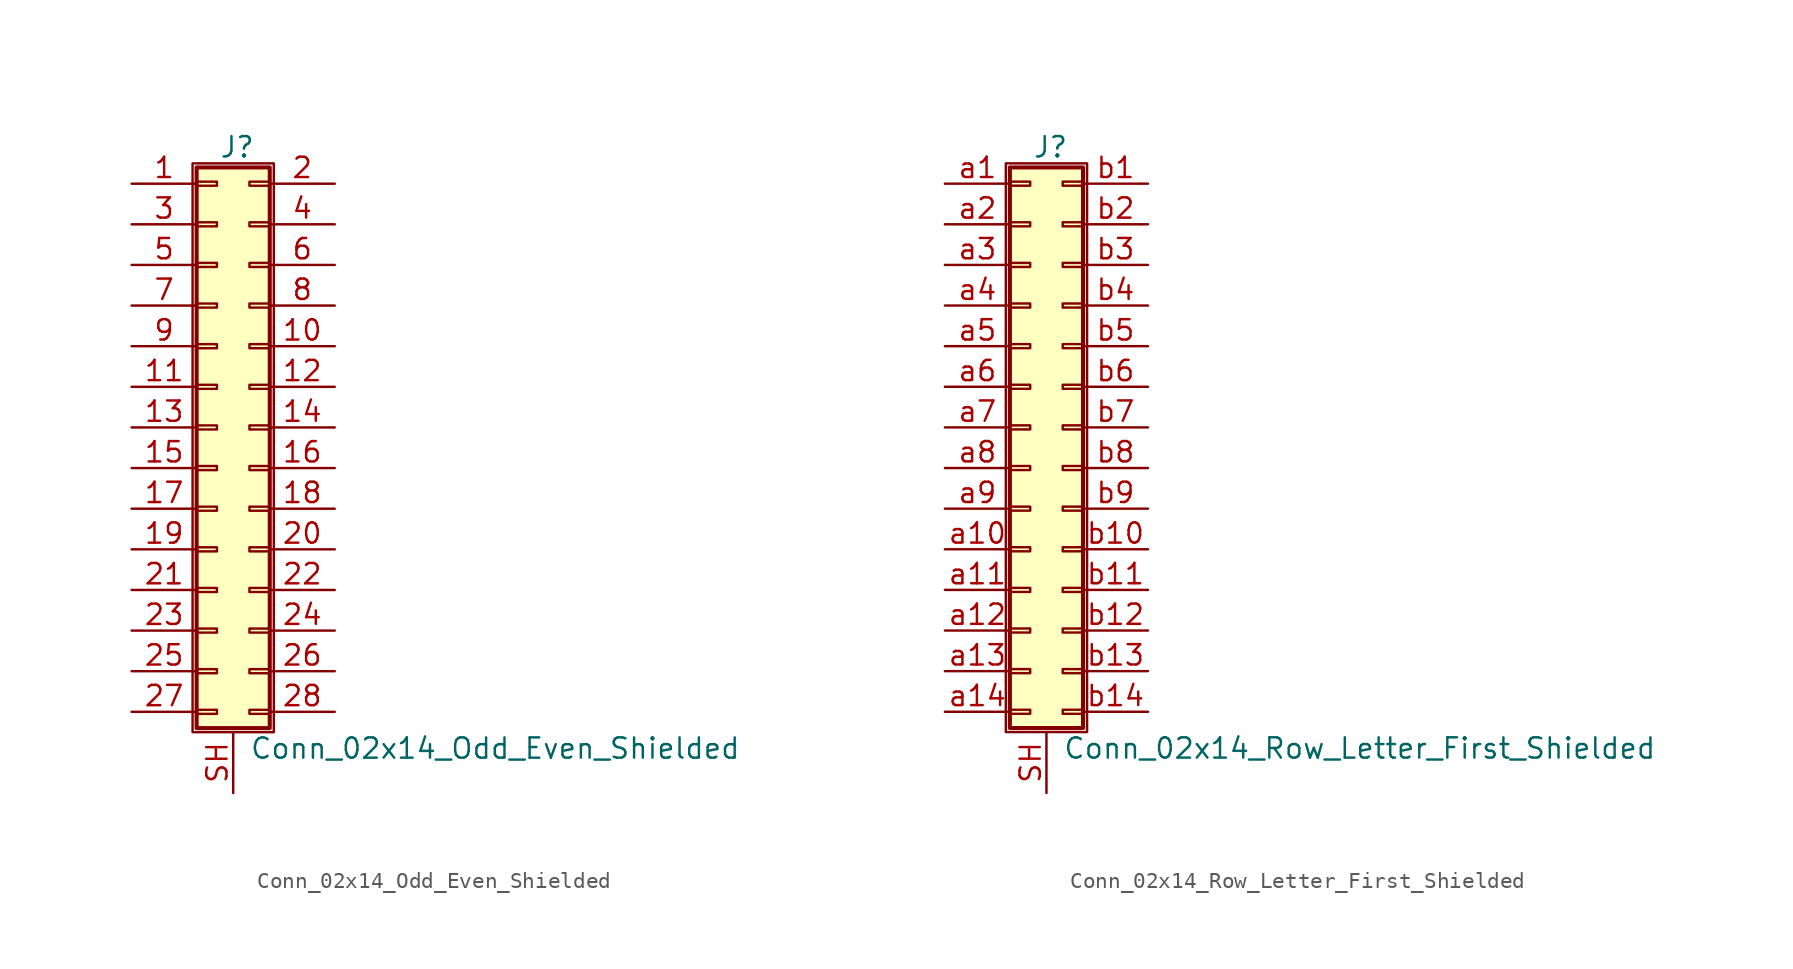
<source format=kicad_sym>
(kicad_symbol_lib
  (version 20201005)
  (generator kicad_symbol_editor)
  (symbol "Connector_Generic_Shielded:Conn_02x14_Odd_Even_Shielded"
    (pin_names
      (offset 1.016) hide)
    (property "Reference" "J"
      (at 1.524 17.526 0)
      (effects (font (size 1.27 1.27))))
    (property "Value" "Conn_02x14_Odd_Even_Shielded"
      (at 2.286 -20.066 0)
      (effects (font (size 1.27 1.27)) (justify left)))
    (symbol "Conn_02x14_Odd_Even_Shielded_1_1"
      (rectangle (start -1.016 -4.953) (end 0.254 -5.207) (stroke (width 0.152)) (fill (type none)))
      (rectangle (start -1.016 -7.493) (end 0.254 -7.747) (stroke (width 0.152)) (fill (type none)))
      (rectangle (start -1.016 -10.033) (end 0.254 -10.287) (stroke (width 0.152)) (fill (type none)))
      (rectangle (start -1.016 -12.573) (end 0.254 -12.827) (stroke (width 0.152)) (fill (type none)))
      (rectangle (start -1.016 -15.113) (end 0.254 -15.367) (stroke (width 0.152)) (fill (type none)))
      (rectangle (start -1.016 -17.653) (end 0.254 -17.907) (stroke (width 0.152)) (fill (type none)))
      (rectangle (start -1.016 -2.413) (end 0.254 -2.667) (stroke (width 0.152)) (fill (type none)))
      (rectangle (start -1.016 2.667) (end 0.254 2.413) (stroke (width 0.152)) (fill (type none)))
      (rectangle (start -1.016 5.207) (end 0.254 4.953) (stroke (width 0.152)) (fill (type none)))
      (rectangle (start -1.016 7.747) (end 0.254 7.493) (stroke (width 0.152)) (fill (type none)))
      (rectangle (start -1.016 10.287) (end 0.254 10.033) (stroke (width 0.152)) (fill (type none)))
      (rectangle (start -1.016 0.127) (end 0.254 -0.127) (stroke (width 0.152)) (fill (type none)))
      (rectangle (start -1.016 12.827) (end 0.254 12.573) (stroke (width 0.152)) (fill (type none)))
      (rectangle (start -1.016 15.367) (end 0.254 15.113) (stroke (width 0.152)) (fill (type none)))
      (rectangle (start -1.016 16.256) (end 3.556 -18.796) (stroke (width 0.254)) (fill (type background)))
      (rectangle (start -1.27 16.51) (end 3.81 -19.05) (stroke (width 0.152)) (fill (type none)))
      (rectangle (start 3.556 -4.953) (end 2.286 -5.207) (stroke (width 0.152)) (fill (type none)))
      (rectangle (start 3.556 -7.493) (end 2.286 -7.747) (stroke (width 0.152)) (fill (type none)))
      (rectangle (start 3.556 -10.033) (end 2.286 -10.287) (stroke (width 0.152)) (fill (type none)))
      (rectangle (start 3.556 -12.573) (end 2.286 -12.827) (stroke (width 0.152)) (fill (type none)))
      (rectangle (start 3.556 -15.113) (end 2.286 -15.367) (stroke (width 0.152)) (fill (type none)))
      (rectangle (start 3.556 -17.653) (end 2.286 -17.907) (stroke (width 0.152)) (fill (type none)))
      (rectangle (start 3.556 -2.413) (end 2.286 -2.667) (stroke (width 0.152)) (fill (type none)))
      (rectangle (start 3.556 2.667) (end 2.286 2.413) (stroke (width 0.152)) (fill (type none)))
      (rectangle (start 3.556 5.207) (end 2.286 4.953) (stroke (width 0.152)) (fill (type none)))
      (rectangle (start 3.556 7.747) (end 2.286 7.493) (stroke (width 0.152)) (fill (type none)))
      (rectangle (start 3.556 10.287) (end 2.286 10.033) (stroke (width 0.152)) (fill (type none)))
      (rectangle (start 3.556 0.127) (end 2.286 -0.127) (stroke (width 0.152)) (fill (type none)))
      (rectangle (start 3.556 12.827) (end 2.286 12.573) (stroke (width 0.152)) (fill (type none)))
      (rectangle (start 3.556 15.367) (end 2.286 15.113) (stroke (width 0.152)) (fill (type none)))
      (pin passive line (at -5.08 15.24 0) (length 4.064) (name "Pin_1" (effects (font (size 1.27 1.27)))) (number "1" (effects (font (size 1.27 1.27)))))
      (pin passive line (at 7.62 5.08 180) (length 4.064) (name "Pin_10" (effects (font (size 1.27 1.27)))) (number "10" (effects (font (size 1.27 1.27)))))
      (pin passive line (at -5.08 2.54 0) (length 4.064) (name "Pin_11" (effects (font (size 1.27 1.27)))) (number "11" (effects (font (size 1.27 1.27)))))
      (pin passive line (at 7.62 2.54 180) (length 4.064) (name "Pin_12" (effects (font (size 1.27 1.27)))) (number "12" (effects (font (size 1.27 1.27)))))
      (pin passive line (at -5.08 0 0) (length 4.064) (name "Pin_13" (effects (font (size 1.27 1.27)))) (number "13" (effects (font (size 1.27 1.27)))))
      (pin passive line (at 7.62 0 180) (length 4.064) (name "Pin_14" (effects (font (size 1.27 1.27)))) (number "14" (effects (font (size 1.27 1.27)))))
      (pin passive line (at -5.08 -2.54 0) (length 4.064) (name "Pin_15" (effects (font (size 1.27 1.27)))) (number "15" (effects (font (size 1.27 1.27)))))
      (pin passive line (at 7.62 -2.54 180) (length 4.064) (name "Pin_16" (effects (font (size 1.27 1.27)))) (number "16" (effects (font (size 1.27 1.27)))))
      (pin passive line (at -5.08 -5.08 0) (length 4.064) (name "Pin_17" (effects (font (size 1.27 1.27)))) (number "17" (effects (font (size 1.27 1.27)))))
      (pin passive line (at 7.62 -5.08 180) (length 4.064) (name "Pin_18" (effects (font (size 1.27 1.27)))) (number "18" (effects (font (size 1.27 1.27)))))
      (pin passive line (at -5.08 -7.62 0) (length 4.064) (name "Pin_19" (effects (font (size 1.27 1.27)))) (number "19" (effects (font (size 1.27 1.27)))))
      (pin passive line (at 7.62 15.24 180) (length 4.064) (name "Pin_2" (effects (font (size 1.27 1.27)))) (number "2" (effects (font (size 1.27 1.27)))))
      (pin passive line (at 7.62 -7.62 180) (length 4.064) (name "Pin_20" (effects (font (size 1.27 1.27)))) (number "20" (effects (font (size 1.27 1.27)))))
      (pin passive line (at -5.08 -10.16 0) (length 4.064) (name "Pin_21" (effects (font (size 1.27 1.27)))) (number "21" (effects (font (size 1.27 1.27)))))
      (pin passive line (at 7.62 -10.16 180) (length 4.064) (name "Pin_22" (effects (font (size 1.27 1.27)))) (number "22" (effects (font (size 1.27 1.27)))))
      (pin passive line (at -5.08 -12.7 0) (length 4.064) (name "Pin_23" (effects (font (size 1.27 1.27)))) (number "23" (effects (font (size 1.27 1.27)))))
      (pin passive line (at 7.62 -12.7 180) (length 4.064) (name "Pin_24" (effects (font (size 1.27 1.27)))) (number "24" (effects (font (size 1.27 1.27)))))
      (pin passive line (at -5.08 -15.24 0) (length 4.064) (name "Pin_25" (effects (font (size 1.27 1.27)))) (number "25" (effects (font (size 1.27 1.27)))))
      (pin passive line (at 7.62 -15.24 180) (length 4.064) (name "Pin_26" (effects (font (size 1.27 1.27)))) (number "26" (effects (font (size 1.27 1.27)))))
      (pin passive line (at -5.08 -17.78 0) (length 4.064) (name "Pin_27" (effects (font (size 1.27 1.27)))) (number "27" (effects (font (size 1.27 1.27)))))
      (pin passive line (at 7.62 -17.78 180) (length 4.064) (name "Pin_28" (effects (font (size 1.27 1.27)))) (number "28" (effects (font (size 1.27 1.27)))))
      (pin passive line (at -5.08 12.7 0) (length 4.064) (name "Pin_3" (effects (font (size 1.27 1.27)))) (number "3" (effects (font (size 1.27 1.27)))))
      (pin passive line (at 7.62 12.7 180) (length 4.064) (name "Pin_4" (effects (font (size 1.27 1.27)))) (number "4" (effects (font (size 1.27 1.27)))))
      (pin passive line (at -5.08 10.16 0) (length 4.064) (name "Pin_5" (effects (font (size 1.27 1.27)))) (number "5" (effects (font (size 1.27 1.27)))))
      (pin passive line (at 7.62 10.16 180) (length 4.064) (name "Pin_6" (effects (font (size 1.27 1.27)))) (number "6" (effects (font (size 1.27 1.27)))))
      (pin passive line (at -5.08 7.62 0) (length 4.064) (name "Pin_7" (effects (font (size 1.27 1.27)))) (number "7" (effects (font (size 1.27 1.27)))))
      (pin passive line (at 7.62 7.62 180) (length 4.064) (name "Pin_8" (effects (font (size 1.27 1.27)))) (number "8" (effects (font (size 1.27 1.27)))))
      (pin passive line (at -5.08 5.08 0) (length 4.064) (name "Pin_9" (effects (font (size 1.27 1.27)))) (number "9" (effects (font (size 1.27 1.27)))))
      (pin passive line (at 1.27 -22.86 90) (length 3.81) (name "Shield" (effects (font (size 1.27 1.27)))) (number "SH" (effects (font (size 1.27 1.27)))))))
  (symbol "Connector_Generic_Shielded:Conn_02x14_Row_Letter_First_Shielded"
    (pin_names
      (offset 1.016) hide)
    (property "Reference" "J"
      (at 1.524 17.526 0)
      (effects (font (size 1.27 1.27))))
    (property "Value" "Conn_02x14_Row_Letter_First_Shielded"
      (at 2.286 -20.066 0)
      (effects (font (size 1.27 1.27)) (justify left)))
    (symbol "Conn_02x14_Row_Letter_First_Shielded_1_1"
      (rectangle (start -1.016 -4.953) (end 0.254 -5.207) (stroke (width 0.152)) (fill (type none)))
      (rectangle (start -1.016 -7.493) (end 0.254 -7.747) (stroke (width 0.152)) (fill (type none)))
      (rectangle (start -1.016 -10.033) (end 0.254 -10.287) (stroke (width 0.152)) (fill (type none)))
      (rectangle (start -1.016 -12.573) (end 0.254 -12.827) (stroke (width 0.152)) (fill (type none)))
      (rectangle (start -1.016 -15.113) (end 0.254 -15.367) (stroke (width 0.152)) (fill (type none)))
      (rectangle (start -1.016 -17.653) (end 0.254 -17.907) (stroke (width 0.152)) (fill (type none)))
      (rectangle (start -1.016 -2.413) (end 0.254 -2.667) (stroke (width 0.152)) (fill (type none)))
      (rectangle (start -1.016 2.667) (end 0.254 2.413) (stroke (width 0.152)) (fill (type none)))
      (rectangle (start -1.016 5.207) (end 0.254 4.953) (stroke (width 0.152)) (fill (type none)))
      (rectangle (start -1.016 7.747) (end 0.254 7.493) (stroke (width 0.152)) (fill (type none)))
      (rectangle (start -1.016 10.287) (end 0.254 10.033) (stroke (width 0.152)) (fill (type none)))
      (rectangle (start -1.016 0.127) (end 0.254 -0.127) (stroke (width 0.152)) (fill (type none)))
      (rectangle (start -1.016 12.827) (end 0.254 12.573) (stroke (width 0.152)) (fill (type none)))
      (rectangle (start -1.016 15.367) (end 0.254 15.113) (stroke (width 0.152)) (fill (type none)))
      (rectangle (start -1.016 16.256) (end 3.556 -18.796) (stroke (width 0.254)) (fill (type background)))
      (rectangle (start -1.27 16.51) (end 3.81 -19.05) (stroke (width 0.152)) (fill (type none)))
      (rectangle (start 3.556 -4.953) (end 2.286 -5.207) (stroke (width 0.152)) (fill (type none)))
      (rectangle (start 3.556 -7.493) (end 2.286 -7.747) (stroke (width 0.152)) (fill (type none)))
      (rectangle (start 3.556 -10.033) (end 2.286 -10.287) (stroke (width 0.152)) (fill (type none)))
      (rectangle (start 3.556 -12.573) (end 2.286 -12.827) (stroke (width 0.152)) (fill (type none)))
      (rectangle (start 3.556 -15.113) (end 2.286 -15.367) (stroke (width 0.152)) (fill (type none)))
      (rectangle (start 3.556 -17.653) (end 2.286 -17.907) (stroke (width 0.152)) (fill (type none)))
      (rectangle (start 3.556 -2.413) (end 2.286 -2.667) (stroke (width 0.152)) (fill (type none)))
      (rectangle (start 3.556 2.667) (end 2.286 2.413) (stroke (width 0.152)) (fill (type none)))
      (rectangle (start 3.556 5.207) (end 2.286 4.953) (stroke (width 0.152)) (fill (type none)))
      (rectangle (start 3.556 7.747) (end 2.286 7.493) (stroke (width 0.152)) (fill (type none)))
      (rectangle (start 3.556 10.287) (end 2.286 10.033) (stroke (width 0.152)) (fill (type none)))
      (rectangle (start 3.556 0.127) (end 2.286 -0.127) (stroke (width 0.152)) (fill (type none)))
      (rectangle (start 3.556 12.827) (end 2.286 12.573) (stroke (width 0.152)) (fill (type none)))
      (rectangle (start 3.556 15.367) (end 2.286 15.113) (stroke (width 0.152)) (fill (type none)))
      (pin passive line (at -5.08 15.24 0) (length 4.064) (name "Pin_a1" (effects (font (size 1.27 1.27)))) (number "a1" (effects (font (size 1.27 1.27)))))
      (pin passive line (at -5.08 -7.62 0) (length 4.064) (name "Pin_a10" (effects (font (size 1.27 1.27)))) (number "a10" (effects (font (size 1.27 1.27)))))
      (pin passive line (at -5.08 -10.16 0) (length 4.064) (name "Pin_a11" (effects (font (size 1.27 1.27)))) (number "a11" (effects (font (size 1.27 1.27)))))
      (pin passive line (at -5.08 -12.7 0) (length 4.064) (name "Pin_a12" (effects (font (size 1.27 1.27)))) (number "a12" (effects (font (size 1.27 1.27)))))
      (pin passive line (at -5.08 -15.24 0) (length 4.064) (name "Pin_a13" (effects (font (size 1.27 1.27)))) (number "a13" (effects (font (size 1.27 1.27)))))
      (pin passive line (at -5.08 -17.78 0) (length 4.064) (name "Pin_a14" (effects (font (size 1.27 1.27)))) (number "a14" (effects (font (size 1.27 1.27)))))
      (pin passive line (at -5.08 12.7 0) (length 4.064) (name "Pin_a2" (effects (font (size 1.27 1.27)))) (number "a2" (effects (font (size 1.27 1.27)))))
      (pin passive line (at -5.08 10.16 0) (length 4.064) (name "Pin_a3" (effects (font (size 1.27 1.27)))) (number "a3" (effects (font (size 1.27 1.27)))))
      (pin passive line (at -5.08 7.62 0) (length 4.064) (name "Pin_a4" (effects (font (size 1.27 1.27)))) (number "a4" (effects (font (size 1.27 1.27)))))
      (pin passive line (at -5.08 5.08 0) (length 4.064) (name "Pin_a5" (effects (font (size 1.27 1.27)))) (number "a5" (effects (font (size 1.27 1.27)))))
      (pin passive line (at -5.08 2.54 0) (length 4.064) (name "Pin_a6" (effects (font (size 1.27 1.27)))) (number "a6" (effects (font (size 1.27 1.27)))))
      (pin passive line (at -5.08 0 0) (length 4.064) (name "Pin_a7" (effects (font (size 1.27 1.27)))) (number "a7" (effects (font (size 1.27 1.27)))))
      (pin passive line (at -5.08 -2.54 0) (length 4.064) (name "Pin_a8" (effects (font (size 1.27 1.27)))) (number "a8" (effects (font (size 1.27 1.27)))))
      (pin passive line (at -5.08 -5.08 0) (length 4.064) (name "Pin_a9" (effects (font (size 1.27 1.27)))) (number "a9" (effects (font (size 1.27 1.27)))))
      (pin passive line (at 7.62 15.24 180) (length 4.064) (name "Pin_b1" (effects (font (size 1.27 1.27)))) (number "b1" (effects (font (size 1.27 1.27)))))
      (pin passive line (at 7.62 -7.62 180) (length 4.064) (name "Pin_b10" (effects (font (size 1.27 1.27)))) (number "b10" (effects (font (size 1.27 1.27)))))
      (pin passive line (at 7.62 -10.16 180) (length 4.064) (name "Pin_b11" (effects (font (size 1.27 1.27)))) (number "b11" (effects (font (size 1.27 1.27)))))
      (pin passive line (at 7.62 -12.7 180) (length 4.064) (name "Pin_b12" (effects (font (size 1.27 1.27)))) (number "b12" (effects (font (size 1.27 1.27)))))
      (pin passive line (at 7.62 -15.24 180) (length 4.064) (name "Pin_b13" (effects (font (size 1.27 1.27)))) (number "b13" (effects (font (size 1.27 1.27)))))
      (pin passive line (at 7.62 -17.78 180) (length 4.064) (name "Pin_b14" (effects (font (size 1.27 1.27)))) (number "b14" (effects (font (size 1.27 1.27)))))
      (pin passive line (at 7.62 12.7 180) (length 4.064) (name "Pin_b2" (effects (font (size 1.27 1.27)))) (number "b2" (effects (font (size 1.27 1.27)))))
      (pin passive line (at 7.62 10.16 180) (length 4.064) (name "Pin_b3" (effects (font (size 1.27 1.27)))) (number "b3" (effects (font (size 1.27 1.27)))))
      (pin passive line (at 7.62 7.62 180) (length 4.064) (name "Pin_b4" (effects (font (size 1.27 1.27)))) (number "b4" (effects (font (size 1.27 1.27)))))
      (pin passive line (at 7.62 5.08 180) (length 4.064) (name "Pin_b5" (effects (font (size 1.27 1.27)))) (number "b5" (effects (font (size 1.27 1.27)))))
      (pin passive line (at 7.62 2.54 180) (length 4.064) (name "Pin_b6" (effects (font (size 1.27 1.27)))) (number "b6" (effects (font (size 1.27 1.27)))))
      (pin passive line (at 7.62 0 180) (length 4.064) (name "Pin_b7" (effects (font (size 1.27 1.27)))) (number "b7" (effects (font (size 1.27 1.27)))))
      (pin passive line (at 7.62 -2.54 180) (length 4.064) (name "Pin_b8" (effects (font (size 1.27 1.27)))) (number "b8" (effects (font (size 1.27 1.27)))))
      (pin passive line (at 7.62 -5.08 180) (length 4.064) (name "Pin_b9" (effects (font (size 1.27 1.27)))) (number "b9" (effects (font (size 1.27 1.27)))))
      (pin passive line (at 1.27 -22.86 90) (length 3.81) (name "Shield" (effects (font (size 1.27 1.27)))) (number "SH" (effects (font (size 1.27 1.27))))))))
</source>
